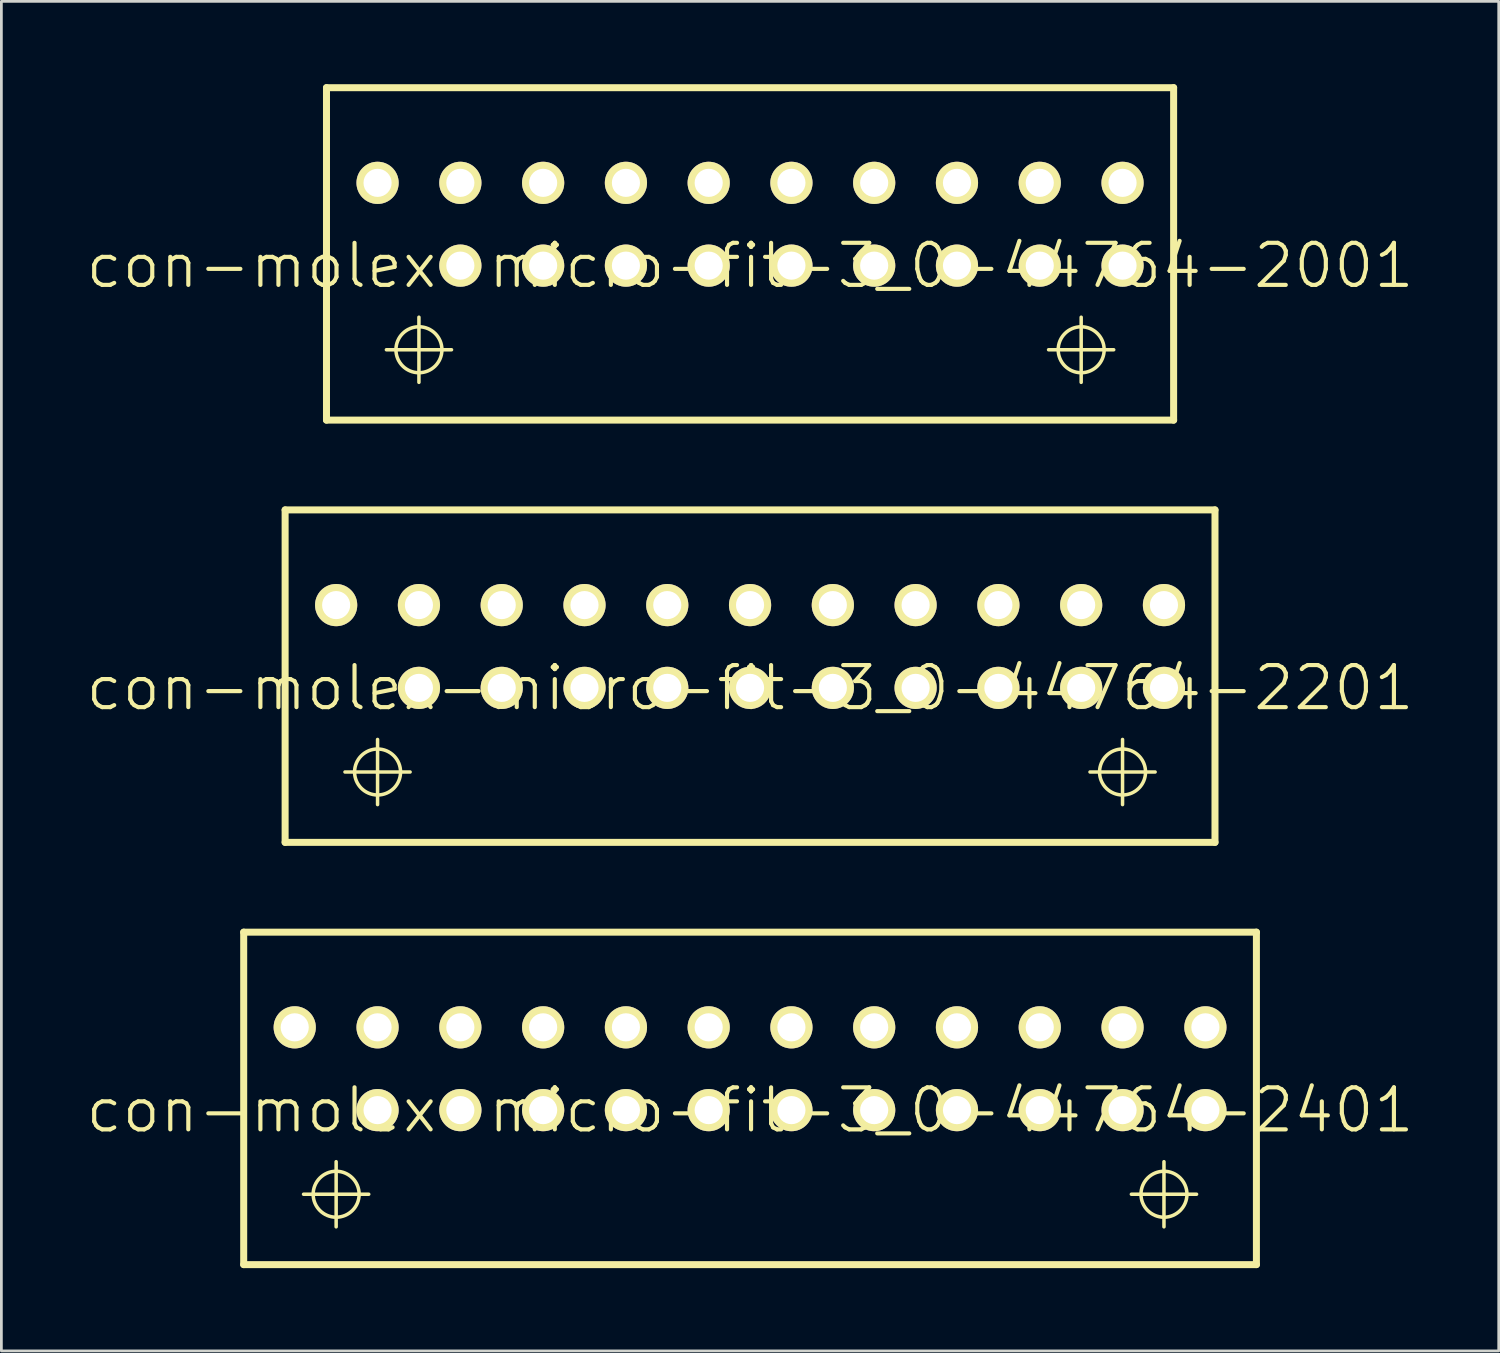
<source format=kicad_pcb>
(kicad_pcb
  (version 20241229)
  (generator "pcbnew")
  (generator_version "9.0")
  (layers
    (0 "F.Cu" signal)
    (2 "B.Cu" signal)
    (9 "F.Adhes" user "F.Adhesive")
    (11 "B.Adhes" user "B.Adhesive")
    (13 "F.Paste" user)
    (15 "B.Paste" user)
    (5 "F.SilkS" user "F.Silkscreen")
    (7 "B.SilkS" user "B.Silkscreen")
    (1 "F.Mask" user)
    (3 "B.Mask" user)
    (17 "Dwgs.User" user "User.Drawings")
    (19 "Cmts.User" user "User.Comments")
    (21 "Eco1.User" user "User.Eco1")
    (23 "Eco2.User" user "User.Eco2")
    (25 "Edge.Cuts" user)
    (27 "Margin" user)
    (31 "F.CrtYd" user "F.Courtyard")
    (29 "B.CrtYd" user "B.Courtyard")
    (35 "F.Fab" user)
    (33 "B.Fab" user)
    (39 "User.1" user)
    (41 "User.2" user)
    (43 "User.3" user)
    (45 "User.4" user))
  (footprint "con-molex-micro-fit-3_0-44764-2001"
    (layer "F.Cu")
    (at 24.13 6.576)
    (property "Reference" "con-molex-micro-fit-3_0-44764-2001" (at 0 0 0) (layer "F.SilkS") (effects (font (size 1.524 1.524) (thickness 0.15))))
    (attr exclude_from_pos_files exclude_from_bom)
    (fp_line (start -15.349 -6.449) (end 15.349 -6.449) (stroke (width 0.254) (type solid)) (layer "F.SilkS"))
    (fp_line (start -15.349 5.598) (end -15.349 -6.449) (stroke (width 0.254) (type solid)) (layer "F.SilkS"))
    (fp_line (start -13.178 3.048) (end -10.818 3.048) (stroke (width 0.127) (type solid)) (layer "F.SilkS"))
    (fp_line (start -11.999 4.229) (end -11.999 1.869) (stroke (width 0.127) (type solid)) (layer "F.SilkS"))
    (fp_line (start 10.818 3.048) (end 13.178 3.048) (stroke (width 0.127) (type solid)) (layer "F.SilkS"))
    (fp_line (start 11.999 4.229) (end 11.999 1.869) (stroke (width 0.127) (type solid)) (layer "F.SilkS"))
    (fp_line (start 15.349 -6.449) (end 15.349 5.598) (stroke (width 0.254) (type solid)) (layer "F.SilkS"))
    (fp_line (start 15.349 5.598) (end -15.349 5.598) (stroke (width 0.254) (type solid)) (layer "F.SilkS"))
    (fp_circle (center -11.999 3.048) (end -12.588 3.637) (stroke (width 0.127) (type solid)) (fill no) (layer "F.SilkS"))
    (fp_circle (center 11.999 3.048) (end 12.588 3.637) (stroke (width 0.127) (type solid)) (fill no) (layer "F.SilkS"))
    (pad "P$1" thru_hole rect (at -13.498 0) (size 0.001 0.001) (drill 1.019) (layers "*.Cu" "F.Mask" "F.SilkS" "F.Paste"))
    (pad "P$2" thru_hole circle (at -10.498 0) (size 1.529 1.529) (drill 1.019) (layers "*.Cu" "F.Mask" "F.SilkS" "F.Paste"))
    (pad "P$3" thru_hole circle (at -7.498 0) (size 1.529 1.529) (drill 1.019) (layers "*.Cu" "F.Mask" "F.SilkS" "F.Paste"))
    (pad "P$4" thru_hole circle (at -4.498 0) (size 1.529 1.529) (drill 1.019) (layers "*.Cu" "F.Mask" "F.SilkS" "F.Paste"))
    (pad "P$5" thru_hole circle (at -1.499 0) (size 1.529 1.529) (drill 1.019) (layers "*.Cu" "F.Mask" "F.SilkS" "F.Paste"))
    (pad "P$6" thru_hole circle (at 1.499 0) (size 1.529 1.529) (drill 1.019) (layers "*.Cu" "F.Mask" "F.SilkS" "F.Paste"))
    (pad "P$7" thru_hole circle (at 4.498 0) (size 1.529 1.529) (drill 1.019) (layers "*.Cu" "F.Mask" "F.SilkS" "F.Paste"))
    (pad "P$8" thru_hole circle (at 7.498 0) (size 1.529 1.529) (drill 1.019) (layers "*.Cu" "F.Mask" "F.SilkS" "F.Paste"))
    (pad "P$9" thru_hole circle (at 10.498 0) (size 1.529 1.529) (drill 1.019) (layers "*.Cu" "F.Mask" "F.SilkS" "F.Paste"))
    (pad "P$10" thru_hole circle (at 13.498 0) (size 1.529 1.529) (drill 1.019) (layers "*.Cu" "F.Mask" "F.SilkS" "F.Paste"))
    (pad "P$11" thru_hole circle (at -13.498 -3) (size 1.529 1.529) (drill 1.019) (layers "*.Cu" "F.Mask" "F.SilkS" "F.Paste"))
    (pad "P$12" thru_hole circle (at -10.498 -3) (size 1.529 1.529) (drill 1.019) (layers "*.Cu" "F.Mask" "F.SilkS" "F.Paste"))
    (pad "P$13" thru_hole circle (at -7.498 -3) (size 1.529 1.529) (drill 1.019) (layers "*.Cu" "F.Mask" "F.SilkS" "F.Paste"))
    (pad "P$14" thru_hole circle (at -4.498 -3) (size 1.529 1.529) (drill 1.019) (layers "*.Cu" "F.Mask" "F.SilkS" "F.Paste"))
    (pad "P$15" thru_hole circle (at -1.499 -3) (size 1.529 1.529) (drill 1.019) (layers "*.Cu" "F.Mask" "F.SilkS" "F.Paste"))
    (pad "P$16" thru_hole circle (at 1.499 -3) (size 1.529 1.529) (drill 1.019) (layers "*.Cu" "F.Mask" "F.SilkS" "F.Paste"))
    (pad "P$17" thru_hole circle (at 4.498 -3) (size 1.529 1.529) (drill 1.019) (layers "*.Cu" "F.Mask" "F.SilkS" "F.Paste"))
    (pad "P$18" thru_hole circle (at 7.498 -3) (size 1.529 1.529) (drill 1.019) (layers "*.Cu" "F.Mask" "F.SilkS" "F.Paste"))
    (pad "P$19" thru_hole circle (at 10.498 -3) (size 1.529 1.529) (drill 1.019) (layers "*.Cu" "F.Mask" "F.SilkS" "F.Paste"))
    (pad "P$20" thru_hole circle (at 13.498 -3) (size 1.529 1.529) (drill 1.019) (layers "*.Cu" "F.Mask" "F.SilkS" "F.Paste")))
  (footprint "con-molex-micro-fit-3_0-44764-2401"
    (layer "F.Cu")
    (at 24.13 37.178)
    (property "Reference" "con-molex-micro-fit-3_0-44764-2401" (at 0 0 0) (layer "F.SilkS") (effects (font (size 1.524 1.524) (thickness 0.15))))
    (attr exclude_from_pos_files exclude_from_bom)
    (fp_line (start -18.349 -6.449) (end 18.349 -6.449) (stroke (width 0.254) (type solid)) (layer "F.SilkS"))
    (fp_line (start -18.349 5.598) (end -18.349 -6.449) (stroke (width 0.254) (type solid)) (layer "F.SilkS"))
    (fp_line (start -16.18 3.048) (end -13.818 3.048) (stroke (width 0.127) (type solid)) (layer "F.SilkS"))
    (fp_line (start -14.999 4.229) (end -14.999 1.869) (stroke (width 0.127) (type solid)) (layer "F.SilkS"))
    (fp_line (start 13.818 3.048) (end 16.18 3.048) (stroke (width 0.127) (type solid)) (layer "F.SilkS"))
    (fp_line (start 14.999 4.229) (end 14.999 1.869) (stroke (width 0.127) (type solid)) (layer "F.SilkS"))
    (fp_line (start 18.349 -6.449) (end 18.349 5.598) (stroke (width 0.254) (type solid)) (layer "F.SilkS"))
    (fp_line (start 18.349 5.598) (end -18.349 5.598) (stroke (width 0.254) (type solid)) (layer "F.SilkS"))
    (fp_circle (center -14.999 3.048) (end -15.588 3.637) (stroke (width 0.127) (type solid)) (fill no) (layer "F.SilkS"))
    (fp_circle (center 14.999 3.048) (end 15.588 3.637) (stroke (width 0.127) (type solid)) (fill no) (layer "F.SilkS"))
    (pad "P$1" thru_hole rect (at -16.5 0) (size 0.001 0.001) (drill 1.019) (layers "*.Cu" "F.Mask" "F.SilkS" "F.Paste"))
    (pad "P$2" thru_hole circle (at -13.498 0) (size 1.529 1.529) (drill 1.019) (layers "*.Cu" "F.Mask" "F.SilkS" "F.Paste"))
    (pad "P$3" thru_hole circle (at -10.498 0) (size 1.529 1.529) (drill 1.019) (layers "*.Cu" "F.Mask" "F.SilkS" "F.Paste"))
    (pad "P$4" thru_hole circle (at -7.498 0) (size 1.529 1.529) (drill 1.019) (layers "*.Cu" "F.Mask" "F.SilkS" "F.Paste"))
    (pad "P$5" thru_hole circle (at -4.498 0) (size 1.529 1.529) (drill 1.019) (layers "*.Cu" "F.Mask" "F.SilkS" "F.Paste"))
    (pad "P$6" thru_hole circle (at -1.499 0) (size 1.529 1.529) (drill 1.019) (layers "*.Cu" "F.Mask" "F.SilkS" "F.Paste"))
    (pad "P$7" thru_hole circle (at 1.499 0) (size 1.529 1.529) (drill 1.019) (layers "*.Cu" "F.Mask" "F.SilkS" "F.Paste"))
    (pad "P$8" thru_hole circle (at 4.498 0) (size 1.529 1.529) (drill 1.019) (layers "*.Cu" "F.Mask" "F.SilkS" "F.Paste"))
    (pad "P$9" thru_hole circle (at 7.498 0) (size 1.529 1.529) (drill 1.019) (layers "*.Cu" "F.Mask" "F.SilkS" "F.Paste"))
    (pad "P$10" thru_hole circle (at 10.498 0) (size 1.529 1.529) (drill 1.019) (layers "*.Cu" "F.Mask" "F.SilkS" "F.Paste"))
    (pad "P$11" thru_hole circle (at 13.498 0) (size 1.529 1.529) (drill 1.019) (layers "*.Cu" "F.Mask" "F.SilkS" "F.Paste"))
    (pad "P$12" thru_hole circle (at 16.5 0) (size 1.529 1.529) (drill 1.019) (layers "*.Cu" "F.Mask" "F.SilkS" "F.Paste"))
    (pad "P$13" thru_hole circle (at -16.5 -3) (size 1.529 1.529) (drill 1.019) (layers "*.Cu" "F.Mask" "F.SilkS" "F.Paste"))
    (pad "P$14" thru_hole circle (at -13.498 -3) (size 1.529 1.529) (drill 1.019) (layers "*.Cu" "F.Mask" "F.SilkS" "F.Paste"))
    (pad "P$15" thru_hole circle (at -10.498 -3) (size 1.529 1.529) (drill 1.019) (layers "*.Cu" "F.Mask" "F.SilkS" "F.Paste"))
    (pad "P$16" thru_hole circle (at -7.498 -3) (size 1.529 1.529) (drill 1.019) (layers "*.Cu" "F.Mask" "F.SilkS" "F.Paste"))
    (pad "P$17" thru_hole circle (at -4.498 -3) (size 1.529 1.529) (drill 1.019) (layers "*.Cu" "F.Mask" "F.SilkS" "F.Paste"))
    (pad "P$18" thru_hole circle (at -1.499 -3) (size 1.529 1.529) (drill 1.019) (layers "*.Cu" "F.Mask" "F.SilkS" "F.Paste"))
    (pad "P$19" thru_hole circle (at 1.499 -3) (size 1.529 1.529) (drill 1.019) (layers "*.Cu" "F.Mask" "F.SilkS" "F.Paste"))
    (pad "P$20" thru_hole circle (at 4.498 -3) (size 1.529 1.529) (drill 1.019) (layers "*.Cu" "F.Mask" "F.SilkS" "F.Paste"))
    (pad "P$21" thru_hole circle (at 7.498 -3) (size 1.529 1.529) (drill 1.019) (layers "*.Cu" "F.Mask" "F.SilkS" "F.Paste"))
    (pad "P$22" thru_hole circle (at 10.498 -3) (size 1.529 1.529) (drill 1.019) (layers "*.Cu" "F.Mask" "F.SilkS" "F.Paste"))
    (pad "P$23" thru_hole circle (at 13.498 -3) (size 1.529 1.529) (drill 1.019) (layers "*.Cu" "F.Mask" "F.SilkS" "F.Paste"))
    (pad "P$24" thru_hole circle (at 16.5 -3) (size 1.529 1.529) (drill 1.019) (layers "*.Cu" "F.Mask" "F.SilkS" "F.Paste")))
  (footprint "con-molex-micro-fit-3_0-44764-2201"
    (layer "F.Cu")
    (at 24.13 21.877)
    (property "Reference" "con-molex-micro-fit-3_0-44764-2201" (at 0 0 0) (layer "F.SilkS") (effects (font (size 1.524 1.524) (thickness 0.15))))
    (attr exclude_from_pos_files exclude_from_bom)
    (fp_line (start -16.848 -6.449) (end 16.848 -6.449) (stroke (width 0.254) (type solid)) (layer "F.SilkS"))
    (fp_line (start -16.848 5.598) (end -16.848 -6.449) (stroke (width 0.254) (type solid)) (layer "F.SilkS"))
    (fp_line (start -14.679 3.048) (end -12.319 3.048) (stroke (width 0.127) (type solid)) (layer "F.SilkS"))
    (fp_line (start -13.498 4.229) (end -13.498 1.869) (stroke (width 0.127) (type solid)) (layer "F.SilkS"))
    (fp_line (start 12.319 3.048) (end 14.679 3.048) (stroke (width 0.127) (type solid)) (layer "F.SilkS"))
    (fp_line (start 13.498 4.229) (end 13.498 1.869) (stroke (width 0.127) (type solid)) (layer "F.SilkS"))
    (fp_line (start 16.848 -6.449) (end 16.848 5.598) (stroke (width 0.254) (type solid)) (layer "F.SilkS"))
    (fp_line (start 16.848 5.598) (end -16.848 5.598) (stroke (width 0.254) (type solid)) (layer "F.SilkS"))
    (fp_circle (center -13.498 3.048) (end -14.087 3.637) (stroke (width 0.127) (type solid)) (fill no) (layer "F.SilkS"))
    (fp_circle (center 13.498 3.048) (end 14.087 3.637) (stroke (width 0.127) (type solid)) (fill no) (layer "F.SilkS"))
    (pad "P$1" thru_hole rect (at -14.999 0) (size 0.001 0.001) (drill 1.019) (layers "*.Cu" "F.Mask" "F.SilkS" "F.Paste"))
    (pad "P$2" thru_hole circle (at -11.999 0) (size 1.529 1.529) (drill 1.019) (layers "*.Cu" "F.Mask" "F.SilkS" "F.Paste"))
    (pad "P$3" thru_hole circle (at -8.999 0) (size 1.529 1.529) (drill 1.019) (layers "*.Cu" "F.Mask" "F.SilkS" "F.Paste"))
    (pad "P$4" thru_hole circle (at -5.999 0) (size 1.529 1.529) (drill 1.019) (layers "*.Cu" "F.Mask" "F.SilkS" "F.Paste"))
    (pad "P$5" thru_hole circle (at -3 0) (size 1.529 1.529) (drill 1.019) (layers "*.Cu" "F.Mask" "F.SilkS" "F.Paste"))
    (pad "P$6" thru_hole circle (at 0 0) (size 1.529 1.529) (drill 1.019) (layers "*.Cu" "F.Mask" "F.SilkS" "F.Paste"))
    (pad "P$7" thru_hole circle (at 3 0) (size 1.529 1.529) (drill 1.019) (layers "*.Cu" "F.Mask" "F.SilkS" "F.Paste"))
    (pad "P$8" thru_hole circle (at 5.999 0) (size 1.529 1.529) (drill 1.019) (layers "*.Cu" "F.Mask" "F.SilkS" "F.Paste"))
    (pad "P$9" thru_hole circle (at 8.999 0) (size 1.529 1.529) (drill 1.019) (layers "*.Cu" "F.Mask" "F.SilkS" "F.Paste"))
    (pad "P$10" thru_hole circle (at 11.999 0) (size 1.529 1.529) (drill 1.019) (layers "*.Cu" "F.Mask" "F.SilkS" "F.Paste"))
    (pad "P$11" thru_hole circle (at 14.999 0) (size 1.529 1.529) (drill 1.019) (layers "*.Cu" "F.Mask" "F.SilkS" "F.Paste"))
    (pad "P$12" thru_hole circle (at -14.999 -3) (size 1.529 1.529) (drill 1.019) (layers "*.Cu" "F.Mask" "F.SilkS" "F.Paste"))
    (pad "P$13" thru_hole circle (at -11.999 -3) (size 1.529 1.529) (drill 1.019) (layers "*.Cu" "F.Mask" "F.SilkS" "F.Paste"))
    (pad "P$14" thru_hole circle (at -8.999 -3) (size 1.529 1.529) (drill 1.019) (layers "*.Cu" "F.Mask" "F.SilkS" "F.Paste"))
    (pad "P$15" thru_hole circle (at -5.999 -3) (size 1.529 1.529) (drill 1.019) (layers "*.Cu" "F.Mask" "F.SilkS" "F.Paste"))
    (pad "P$16" thru_hole circle (at -3 -3) (size 1.529 1.529) (drill 1.019) (layers "*.Cu" "F.Mask" "F.SilkS" "F.Paste"))
    (pad "P$17" thru_hole circle (at 0 -3) (size 1.529 1.529) (drill 1.019) (layers "*.Cu" "F.Mask" "F.SilkS" "F.Paste"))
    (pad "P$18" thru_hole circle (at 3 -3) (size 1.529 1.529) (drill 1.019) (layers "*.Cu" "F.Mask" "F.SilkS" "F.Paste"))
    (pad "P$19" thru_hole circle (at 5.999 -3) (size 1.529 1.529) (drill 1.019) (layers "*.Cu" "F.Mask" "F.SilkS" "F.Paste"))
    (pad "P$20" thru_hole circle (at 8.999 -3) (size 1.529 1.529) (drill 1.019) (layers "*.Cu" "F.Mask" "F.SilkS" "F.Paste"))
    (pad "P$21" thru_hole circle (at 11.999 -3) (size 1.529 1.529) (drill 1.019) (layers "*.Cu" "F.Mask" "F.SilkS" "F.Paste"))
    (pad "P$22" thru_hole circle (at 14.999 -3) (size 1.529 1.529) (drill 1.019) (layers "*.Cu" "F.Mask" "F.SilkS" "F.Paste")))
  (gr_rect
    (start -3 -3)
    (end 51.26 45.904)
    (stroke (width 0.1) (type default))
    (fill no)
    (layer "Edge.Cuts")))
</source>
